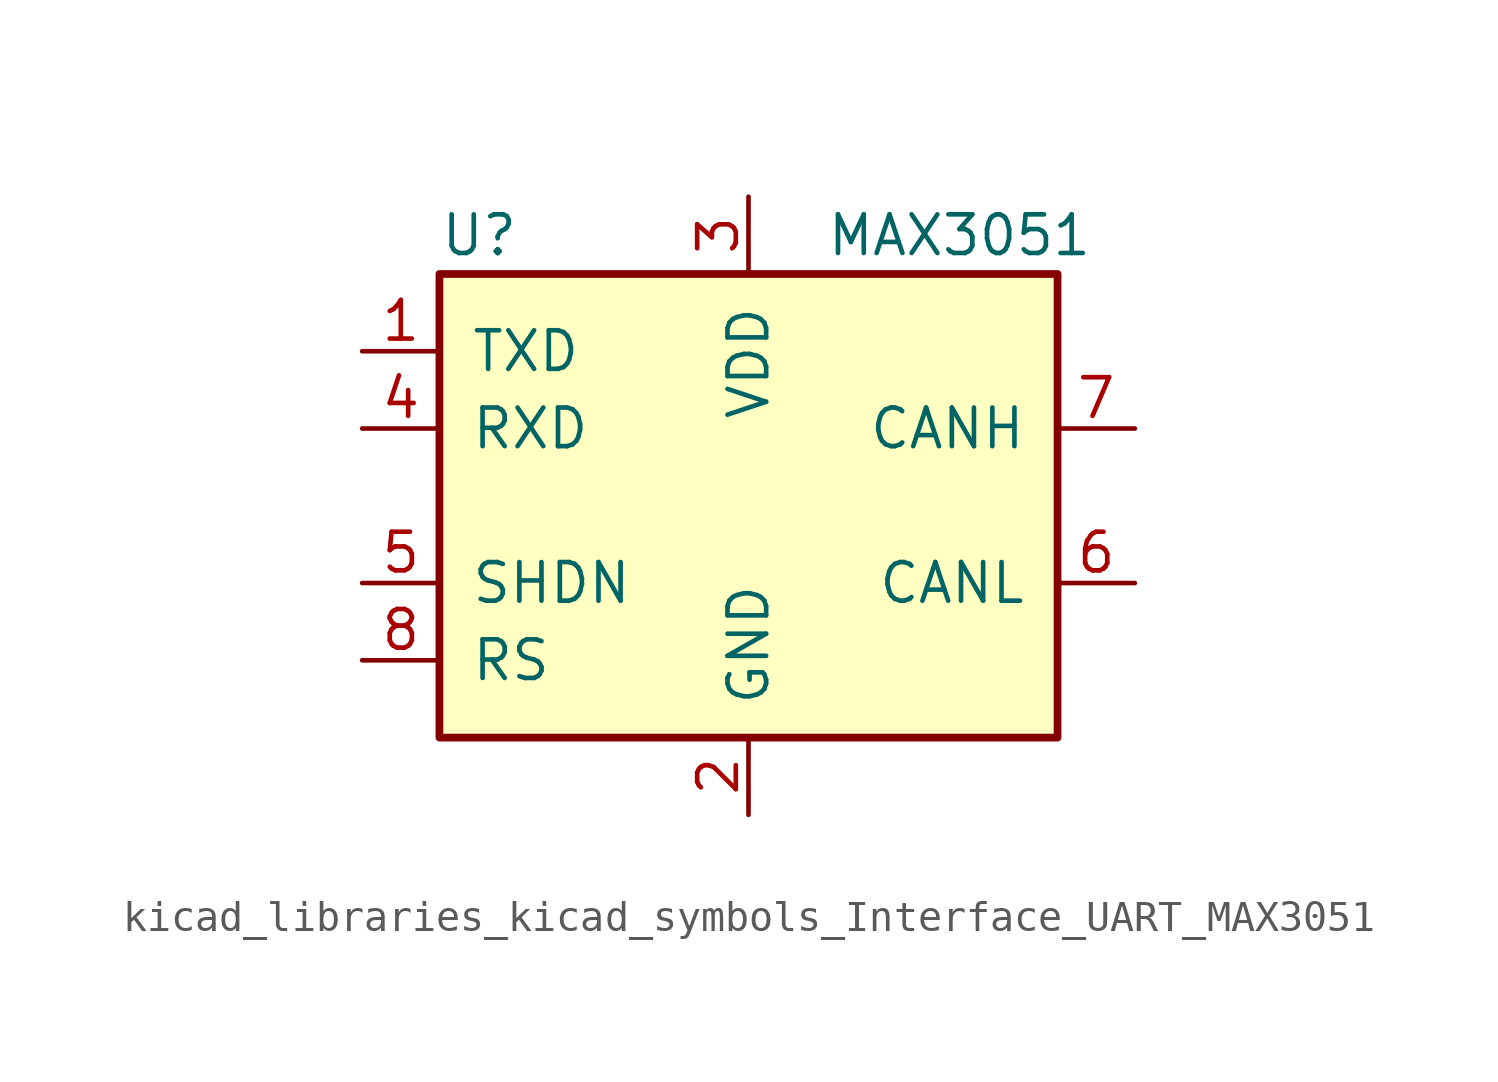
<source format=kicad_sym>
(kicad_symbol_lib
  (version 20220914)
  (generator kicad_symbol_editor)
  (symbol "kicad_libraries_kicad_symbols_Interface_UART_MAX3051"
    (pin_names
      (offset 1.016))
    (property "Reference" "U"
      (at -10.16 8.89 0)
      (effects (font (size 1.27 1.27)) (justify left)))
    (property "Value" "MAX3051"
      (at 2.54 8.89 0)
      (effects (font (size 1.27 1.27)) (justify left)))
    (symbol "kicad_libraries_kicad_symbols_Interface_UART_MAX3051_0_1"
      (rectangle (start -10.16 7.62) (end 10.16 -7.62) (stroke (width 0.254) (type default)) (fill (type background))))
    (symbol "kicad_libraries_kicad_symbols_Interface_UART_MAX3051_1_1"
      (pin input line (at -12.7 5.08 0) (length 2.54) (name "TXD" (effects (font (size 1.27 1.27)))) (number "1" (effects (font (size 1.27 1.27)))))
      (pin power_in line (at 0 -10.16 90) (length 2.54) (name "GND" (effects (font (size 1.27 1.27)))) (number "2" (effects (font (size 1.27 1.27)))))
      (pin power_in line (at 0 10.16 270) (length 2.54) (name "VDD" (effects (font (size 1.27 1.27)))) (number "3" (effects (font (size 1.27 1.27)))))
      (pin output line (at -12.7 2.54 0) (length 2.54) (name "RXD" (effects (font (size 1.27 1.27)))) (number "4" (effects (font (size 1.27 1.27)))))
      (pin input line (at -12.7 -2.54 0) (length 2.54) (name "SHDN" (effects (font (size 1.27 1.27)))) (number "5" (effects (font (size 1.27 1.27)))))
      (pin bidirectional line (at 12.7 -2.54 180) (length 2.54) (name "CANL" (effects (font (size 1.27 1.27)))) (number "6" (effects (font (size 1.27 1.27)))))
      (pin bidirectional line (at 12.7 2.54 180) (length 2.54) (name "CANH" (effects (font (size 1.27 1.27)))) (number "7" (effects (font (size 1.27 1.27)))))
      (pin input line (at -12.7 -5.08 0) (length 2.54) (name "RS" (effects (font (size 1.27 1.27)))) (number "8" (effects (font (size 1.27 1.27))))))))
</source>
